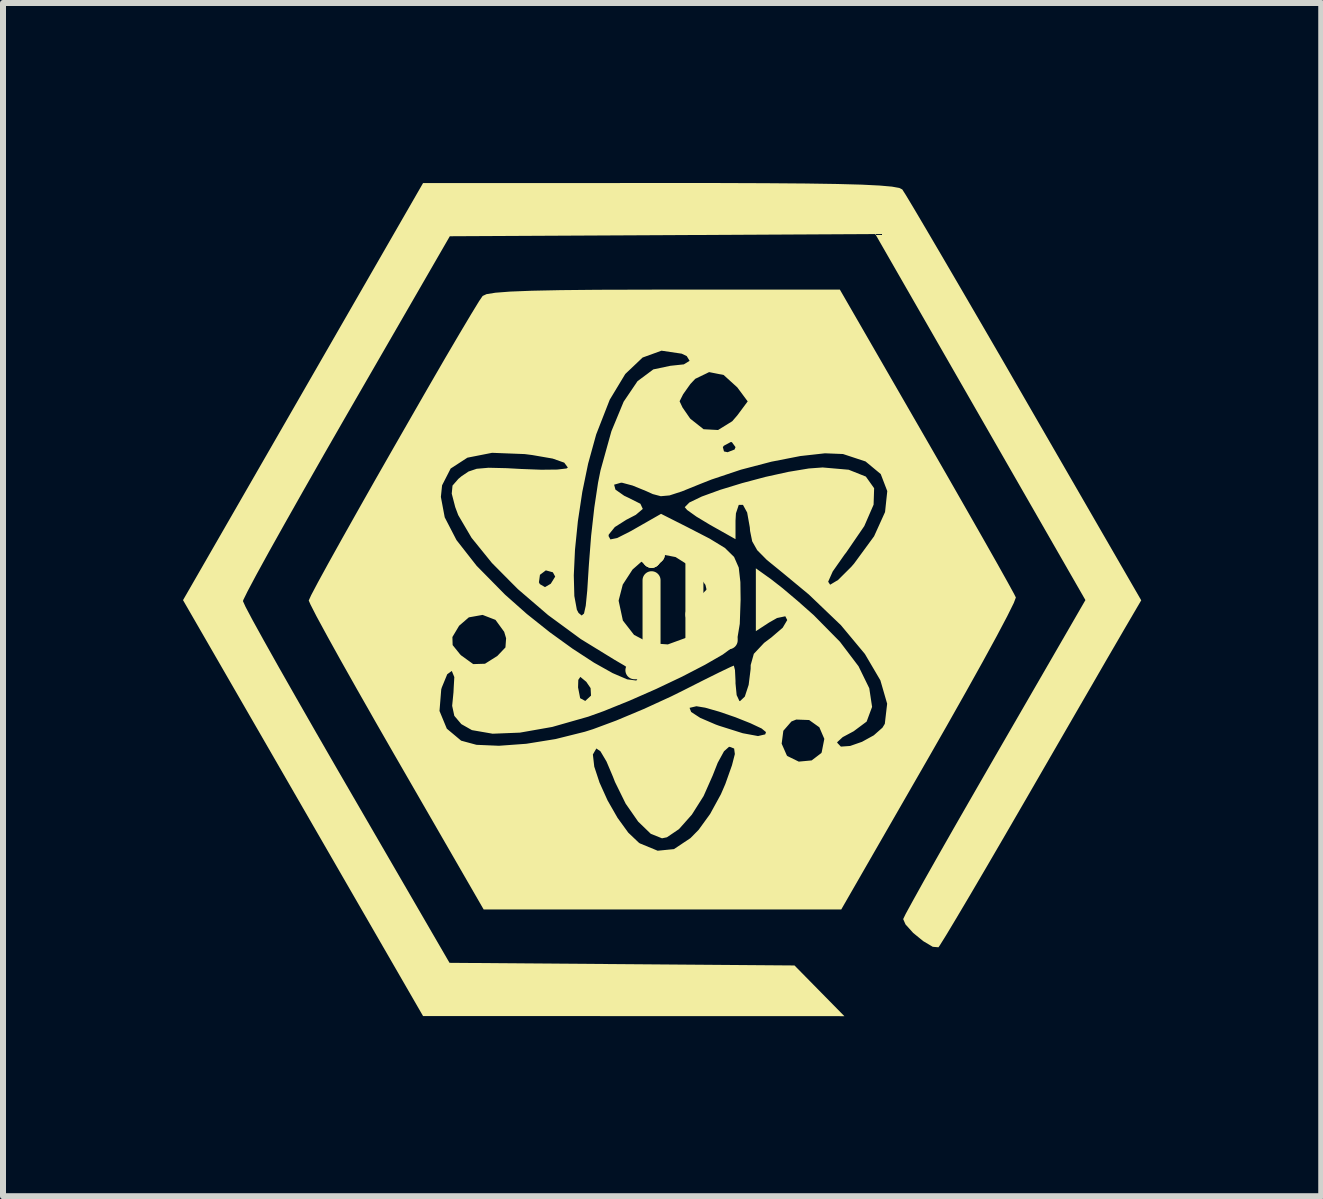
<source format=kicad_pcb>
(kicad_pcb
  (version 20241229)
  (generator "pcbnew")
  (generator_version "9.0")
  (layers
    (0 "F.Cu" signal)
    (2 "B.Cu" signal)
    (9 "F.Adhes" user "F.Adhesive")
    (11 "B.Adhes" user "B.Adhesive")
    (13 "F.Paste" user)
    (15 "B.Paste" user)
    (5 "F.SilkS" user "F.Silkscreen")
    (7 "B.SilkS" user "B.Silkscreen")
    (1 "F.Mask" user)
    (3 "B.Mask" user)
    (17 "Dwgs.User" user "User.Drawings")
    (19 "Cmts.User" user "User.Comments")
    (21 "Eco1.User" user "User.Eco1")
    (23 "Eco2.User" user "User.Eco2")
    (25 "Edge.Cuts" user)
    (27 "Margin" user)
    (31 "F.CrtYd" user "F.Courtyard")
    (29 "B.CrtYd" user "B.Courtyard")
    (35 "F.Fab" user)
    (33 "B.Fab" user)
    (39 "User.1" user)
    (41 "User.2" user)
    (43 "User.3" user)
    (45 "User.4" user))
  (footprint "ljk"
    (layer "F.Cu")
    (at 8.022 6.941)
    (property "Reference" "ljk" (at 0 0 0) (layer "F.SilkS") (effects (font (size 1.5 1.5) (thickness 0.3))))
    (attr board_only exclude_from_pos_files exclude_from_bom)
    (fp_poly (pts (xy 0.888 -6.941) (xy 1.692 -6.938) (xy 2.352 -6.933) (xy 2.88 -6.925) (xy 3.288 -6.914) (xy 3.588 -6.899) (xy 3.792 -6.881) (xy 3.914 -6.859) (xy 3.964 -6.834) (xy 4.024 -6.74) (xy 4.159 -6.515) (xy 4.361 -6.173) (xy 4.621 -5.73) (xy 4.93 -5.201) (xy 5.28 -4.6) (xy 5.661 -3.944) (xy 6 -3.356) (xy 7.946 0.013) (xy 7.665 0.493) (xy 7.553 0.686) (xy 7.369 1.002) (xy 7.127 1.421) (xy 6.838 1.92) (xy 6.516 2.477) (xy 6.174 3.069) (xy 6.015 3.344) (xy 5.68 3.922) (xy 5.37 4.454) (xy 5.096 4.921) (xy 4.867 5.307) (xy 4.696 5.592) (xy 4.592 5.759) (xy 4.567 5.795) (xy 4.472 5.787) (xy 4.314 5.693) (xy 4.146 5.556) (xy 4.018 5.414) (xy 3.979 5.325) (xy 4.02 5.24) (xy 4.137 5.026) (xy 4.319 4.698) (xy 4.558 4.275) (xy 4.844 3.773) (xy 5.168 3.209) (xy 5.498 2.636) (xy 7.016 0.009) (xy 5.265 -3.041) (xy 3.514 -6.091) (xy -0.031 -6.072) (xy -3.576 -6.054) (xy -5.302 -3.064) (xy -5.676 -2.413) (xy -6.021 -1.807) (xy -6.33 -1.26) (xy -6.593 -0.79) (xy -6.801 -0.411) (xy -6.945 -0.14) (xy -7.017 0.006) (xy -7.023 0.027) (xy -6.981 0.12) (xy -6.863 0.343) (xy -6.677 0.68) (xy -6.433 1.115) (xy -6.139 1.632) (xy -5.806 2.214) (xy -5.441 2.847) (xy -5.3 3.09) (xy -3.581 6.054) (xy -0.707 6.076) (xy 2.168 6.098) (xy 2.583 6.52) (xy 2.999 6.943) (xy -0.511 6.942) (xy -4.022 6.941) (xy -6.022 3.476) (xy -8.022 0.01) (xy -6.022 -3.465) (xy -4.022 -6.94) (xy -0.074 -6.941)) (stroke (width 0) (type solid)) (fill yes) (layer "F.SilkS"))
    (fp_poly (pts (xy 2.924 -5.165) (xy 4.377 -2.646) (xy 4.72 -2.05) (xy 5.035 -1.499) (xy 5.314 -1.01) (xy 5.545 -0.602) (xy 5.719 -0.291) (xy 5.826 -0.096) (xy 5.857 -0.034) (xy 5.822 0.058) (xy 5.712 0.28) (xy 5.536 0.613) (xy 5.303 1.04) (xy 5.022 1.544) (xy 4.704 2.107) (xy 4.416 2.611) (xy 2.947 5.165) (xy -0.033 5.165) (xy -3.012 5.165) (xy -4.469 2.639) (xy -4.502 2.582) (xy -1.192 2.582) (xy -1.169 2.784) (xy -1.081 3.051) (xy -0.947 3.348) (xy -0.781 3.638) (xy -0.602 3.885) (xy -0.425 4.053) (xy -0.408 4.064) (xy -0.112 4.186) (xy 0.159 4.159) (xy 0.434 3.976) (xy 0.57 3.838) (xy 0.762 3.573) (xy 0.942 3.244) (xy 1.015 3.075) (xy 1.126 2.762) (xy 1.174 2.575) (xy 1.162 2.483) (xy 1.093 2.456) (xy 1.076 2.455) (xy 0.993 2.529) (xy 0.888 2.721) (xy 0.804 2.934) (xy 0.653 3.275) (xy 0.457 3.585) (xy 0.243 3.826) (xy 0.042 3.962) (xy -0.04 3.979) (xy -0.227 3.904) (xy -0.438 3.7) (xy -0.646 3.401) (xy -0.824 3.039) (xy -0.857 2.954) (xy -0.965 2.699) (xy -1.066 2.529) (xy -1.134 2.482) (xy -1.192 2.582) (xy -4.502 2.582) (xy -4.812 2.042) (xy -4.917 1.857) (xy -3.748 1.857) (xy -3.626 2.152) (xy -3.387 2.352) (xy -3.132 2.421) (xy -2.757 2.437) (xy -2.305 2.404) (xy -2.291 2.402) (xy 1.954 2.402) (xy 2.04 2.598) (xy 2.049 2.608) (xy 2.239 2.701) (xy 2.454 2.681) (xy 2.614 2.559) (xy 2.621 2.546) (xy 2.665 2.322) (xy 2.582 2.129) (xy 2.412 2.008) (xy 2.197 2) (xy 2.117 2.032) (xy 1.982 2.187) (xy 1.954 2.402) (xy -2.291 2.402) (xy -1.814 2.325) (xy -1.325 2.203) (xy -1.189 2.16) (xy -0.804 2.017) (xy -0.346 1.825) (xy -0.302 1.805) (xy 0.419 1.805) (xy 0.446 1.874) (xy 0.597 1.972) (xy 0.855 2.083) (xy 0.91 2.103) (xy 1.306 2.228) (xy 1.56 2.275) (xy 1.68 2.247) (xy 1.693 2.209) (xy 1.62 2.149) (xy 1.433 2.061) (xy 1.182 1.961) (xy 0.914 1.869) (xy 0.679 1.802) (xy 0.534 1.778) (xy 0.419 1.805) (xy -0.302 1.805) (xy 0.112 1.615) (xy 0.31 1.517) (xy 0.644 1.348) (xy 0.918 1.212) (xy 1.1 1.125) (xy 1.157 1.101) (xy 1.176 1.175) (xy 1.185 1.358) (xy 1.185 1.397) (xy 1.204 1.593) (xy 1.25 1.691) (xy 1.26 1.693) (xy 1.34 1.617) (xy 1.404 1.422) (xy 1.437 1.157) (xy 1.438 1.091) (xy 1.49 0.905) (xy 1.662 0.722) (xy 1.781 0.633) (xy 1.971 0.47) (xy 2.047 0.342) (xy 2.015 0.279) (xy 1.877 0.308) (xy 1.745 0.383) (xy 1.524 0.527) (xy 1.524 0.004) (xy 1.524 -0.52) (xy 1.776 -0.34) (xy 1.967 -0.191) (xy 2.225 0.027) (xy 2.489 0.261) (xy 2.925 0.703) (xy 3.235 1.112) (xy 3.414 1.478) (xy 3.461 1.789) (xy 3.37 2.034) (xy 3.154 2.195) (xy 2.971 2.293) (xy 2.881 2.376) (xy 2.879 2.386) (xy 2.941 2.451) (xy 3.095 2.44) (xy 3.293 2.371) (xy 3.489 2.263) (xy 3.634 2.135) (xy 3.673 2.071) (xy 3.712 1.736) (xy 3.599 1.346) (xy 3.341 0.907) (xy 2.942 0.428) (xy 2.408 -0.083) (xy 1.976 -0.441) (xy 1.707 -0.66) (xy 1.546 -0.823) (xy 1.463 -0.97) (xy 1.428 -1.142) (xy 1.423 -1.204) (xy 1.379 -1.45) (xy 1.309 -1.578) (xy 1.239 -1.577) (xy 1.192 -1.436) (xy 1.185 -1.315) (xy 1.185 -1.006) (xy 0.762 -1.244) (xy 0.533 -1.382) (xy 0.379 -1.492) (xy 0.339 -1.539) (xy 0.416 -1.617) (xy 0.624 -1.717) (xy 0.929 -1.828) (xy 1.295 -1.94) (xy 1.686 -2.044) (xy 2.068 -2.128) (xy 2.406 -2.184) (xy 2.637 -2.201) (xy 3.071 -2.163) (xy 3.357 -2.049) (xy 3.495 -1.855) (xy 3.486 -1.581) (xy 3.331 -1.224) (xy 3.029 -0.783) (xy 3.002 -0.749) (xy 2.805 -0.468) (xy 2.729 -0.297) (xy 2.762 -0.247) (xy 2.894 -0.326) (xy 3.114 -0.545) (xy 3.163 -0.602) (xy 3.494 -1.054) (xy 3.677 -1.458) (xy 3.714 -1.807) (xy 3.605 -2.091) (xy 3.352 -2.301) (xy 2.976 -2.425) (xy 2.676 -2.437) (xy 2.264 -2.391) (xy 1.783 -2.297) (xy 1.275 -2.164) (xy 0.785 -2) (xy 0.605 -1.929) (xy 0.291 -1.802) (xy 0.085 -1.735) (xy -0.06 -1.722) (xy -0.193 -1.757) (xy -0.308 -1.809) (xy -0.531 -1.9) (xy -0.704 -1.946) (xy -0.723 -1.947) (xy -0.838 -1.914) (xy -0.816 -1.832) (xy -0.671 -1.73) (xy -0.593 -1.693) (xy -0.4 -1.596) (xy -0.36 -1.51) (xy -0.477 -1.411) (xy -0.635 -1.329) (xy -0.826 -1.208) (xy -0.927 -1.083) (xy -0.931 -1.058) (xy -0.9 -1.002) (xy -0.787 -1.025) (xy -0.568 -1.136) (xy -0.494 -1.178) (xy -0.056 -1.428) (xy 0.374 -1.211) (xy 0.754 -1.015) (xy 1.008 -0.86) (xy 1.161 -0.71) (xy 1.239 -0.532) (xy 1.266 -0.291) (xy 1.27 -0.000282) (xy 1.256 0.406) (xy 1.213 0.665) (xy 1.148 0.787) (xy 0.974 0.916) (xy 0.677 1.087) (xy 0.295 1.285) (xy -0.139 1.491) (xy -0.587 1.688) (xy -1.013 1.86) (xy -1.269 1.952) (xy -1.869 2.123) (xy -2.408 2.218) (xy -2.862 2.236) (xy -3.208 2.176) (xy -3.384 2.076) (xy -3.501 1.938) (xy -3.537 1.771) (xy -3.515 1.547) (xy -3.511 1.464) (xy -1.439 1.464) (xy -1.404 1.644) (xy -1.319 1.69) (xy -1.223 1.601) (xy -1.23 1.476) (xy -1.302 1.371) (xy -1.401 1.289) (xy -1.435 1.339) (xy -1.439 1.464) (xy -3.511 1.464) (xy -3.501 1.292) (xy -3.543 1.19) (xy -3.619 1.245) (xy -3.709 1.464) (xy -3.719 1.497) (xy -3.748 1.857) (xy -4.917 1.857) (xy -5.126 1.49) (xy -5.402 1) (xy -5.61 0.625) (xy -3.533 0.625) (xy -3.529 0.759) (xy -3.405 0.913) (xy -3.387 0.931) (xy -3.186 1.076) (xy -2.99 1.07) (xy -2.784 0.94) (xy -2.649 0.798) (xy -2.638 0.645) (xy -2.67 0.538) (xy -2.815 0.339) (xy -3.03 0.256) (xy -3.259 0.297) (xy -3.421 0.437) (xy -3.533 0.625) (xy -5.61 0.625) (xy -5.629 0.59) (xy -5.799 0.277) (xy -5.9 0.079) (xy -5.927 0.016) (xy -5.886 -0.074) (xy -5.772 -0.29) (xy -5.597 -0.61) (xy -5.372 -1.014) (xy -5.11 -1.48) (xy -4.98 -1.71) (xy -3.725 -1.71) (xy -3.661 -1.37) (xy -3.465 -0.991) (xy -3.129 -0.562) (xy -2.656 -0.082) (xy -2.293 0.24) (xy -1.91 0.545) (xy -1.529 0.82) (xy -1.173 1.052) (xy -0.863 1.226) (xy -0.621 1.33) (xy -0.468 1.35) (xy -0.425 1.291) (xy -0.493 1.218) (xy -0.669 1.099) (xy -0.828 1.006) (xy -1.393 0.659) (xy -1.938 0.259) (xy -2.44 -0.172) (xy -2.555 -0.287) (xy -2.091 -0.287) (xy -2.076 -0.257) (xy -1.99 -0.207) (xy -1.894 -0.263) (xy -1.82 -0.382) (xy -1.831 -0.403) (xy -1.51 -0.403) (xy -1.501 -0.059) (xy -1.459 0.169) (xy -1.431 0.223) (xy -1.379 0.266) (xy -1.34 0.234) (xy -1.311 0.104) (xy -1.303 0.024) (xy -0.762 0.024) (xy -0.692 0.35) (xy -0.506 0.589) (xy -0.244 0.726) (xy 0.057 0.748) (xy 0.359 0.638) (xy 0.515 0.515) (xy 0.673 0.315) (xy 0.757 0.126) (xy 0.762 0.087) (xy 0.684 -0.244) (xy 0.479 -0.523) (xy 0.186 -0.708) (xy -0.095 -0.762) (xy -0.317 -0.688) (xy -0.531 -0.5) (xy -0.694 -0.249) (xy -0.762 0.014) (xy -0.762 0.024) (xy -1.303 0.024) (xy -1.286 -0.147) (xy -1.261 -0.542) (xy -1.257 -0.6) (xy -1.221 -1.063) (xy -1.168 -1.534) (xy -1.106 -1.946) (xy -1.065 -2.151) (xy -0.957 -2.54) (xy 0.974 -2.54) (xy 0.993 -2.468) (xy 1.053 -2.455) (xy 1.169 -2.5) (xy 1.185 -2.54) (xy 1.125 -2.622) (xy 1.106 -2.625) (xy 0.991 -2.563) (xy 0.974 -2.54) (xy -0.957 -2.54) (xy -0.883 -2.805) (xy -0.679 -3.298) (xy -0.676 -3.302) (xy 0.254 -3.302) (xy 0.302 -3.2) (xy 0.418 -3.032) (xy 0.433 -3.012) (xy 0.653 -2.838) (xy 0.894 -2.825) (xy 1.13 -2.971) (xy 1.215 -3.069) (xy 1.388 -3.302) (xy 1.215 -3.535) (xy 0.987 -3.742) (xy 0.745 -3.79) (xy 0.514 -3.678) (xy 0.433 -3.592) (xy 0.312 -3.421) (xy 0.255 -3.308) (xy 0.254 -3.302) (xy -0.676 -3.302) (xy -0.448 -3.639) (xy -0.185 -3.835) (xy 0.099 -3.895) (xy 0.324 -3.919) (xy 0.42 -3.978) (xy 0.372 -4.057) (xy 0.289 -4.097) (xy -0.048 -4.147) (xy -0.363 -4.033) (xy -0.652 -3.759) (xy -0.911 -3.33) (xy -1.137 -2.751) (xy -1.271 -2.265) (xy -1.368 -1.795) (xy -1.442 -1.305) (xy -1.49 -0.83) (xy -1.51 -0.403) (xy -1.831 -0.403) (xy -1.859 -0.454) (xy -1.976 -0.486) (xy -2.074 -0.412) (xy -2.091 -0.287) (xy -2.555 -0.287) (xy -2.874 -0.609) (xy -3.214 -1.029) (xy -3.436 -1.407) (xy -3.486 -1.541) (xy -3.544 -1.765) (xy -3.531 -1.899) (xy -3.433 -2.011) (xy -3.382 -2.054) (xy -3.265 -2.133) (xy -3.128 -2.179) (xy -2.93 -2.196) (xy -2.628 -2.189) (xy -2.392 -2.176) (xy -2.052 -2.163) (xy -1.786 -2.166) (xy -1.632 -2.184) (xy -1.609 -2.199) (xy -1.669 -2.281) (xy -1.862 -2.349) (xy -2.203 -2.408) (xy -2.328 -2.424) (xy -2.872 -2.445) (xy -3.283 -2.364) (xy -3.562 -2.183) (xy -3.705 -1.903) (xy -3.725 -1.71) (xy -4.98 -1.71) (xy -4.822 -1.989) (xy -4.52 -2.518) (xy -4.216 -3.048) (xy -3.923 -3.558) (xy -3.652 -4.026) (xy -3.414 -4.431) (xy -3.222 -4.753) (xy -3.089 -4.971) (xy -3.029 -5.059) (xy -2.965 -5.089) (xy -2.816 -5.113) (xy -2.569 -5.132) (xy -2.211 -5.146) (xy -1.729 -5.156) (xy -1.109 -5.162) (xy -0.338 -5.164) (xy -0.009 -5.165)) (stroke (width 0) (type solid)) (fill yes) (layer "F.SilkS")))
  (gr_rect
    (start -3 -3)
    (end 18.968 16.884)
    (stroke (width 0.1) (type default))
    (fill no)
    (layer "Edge.Cuts")))
</source>
